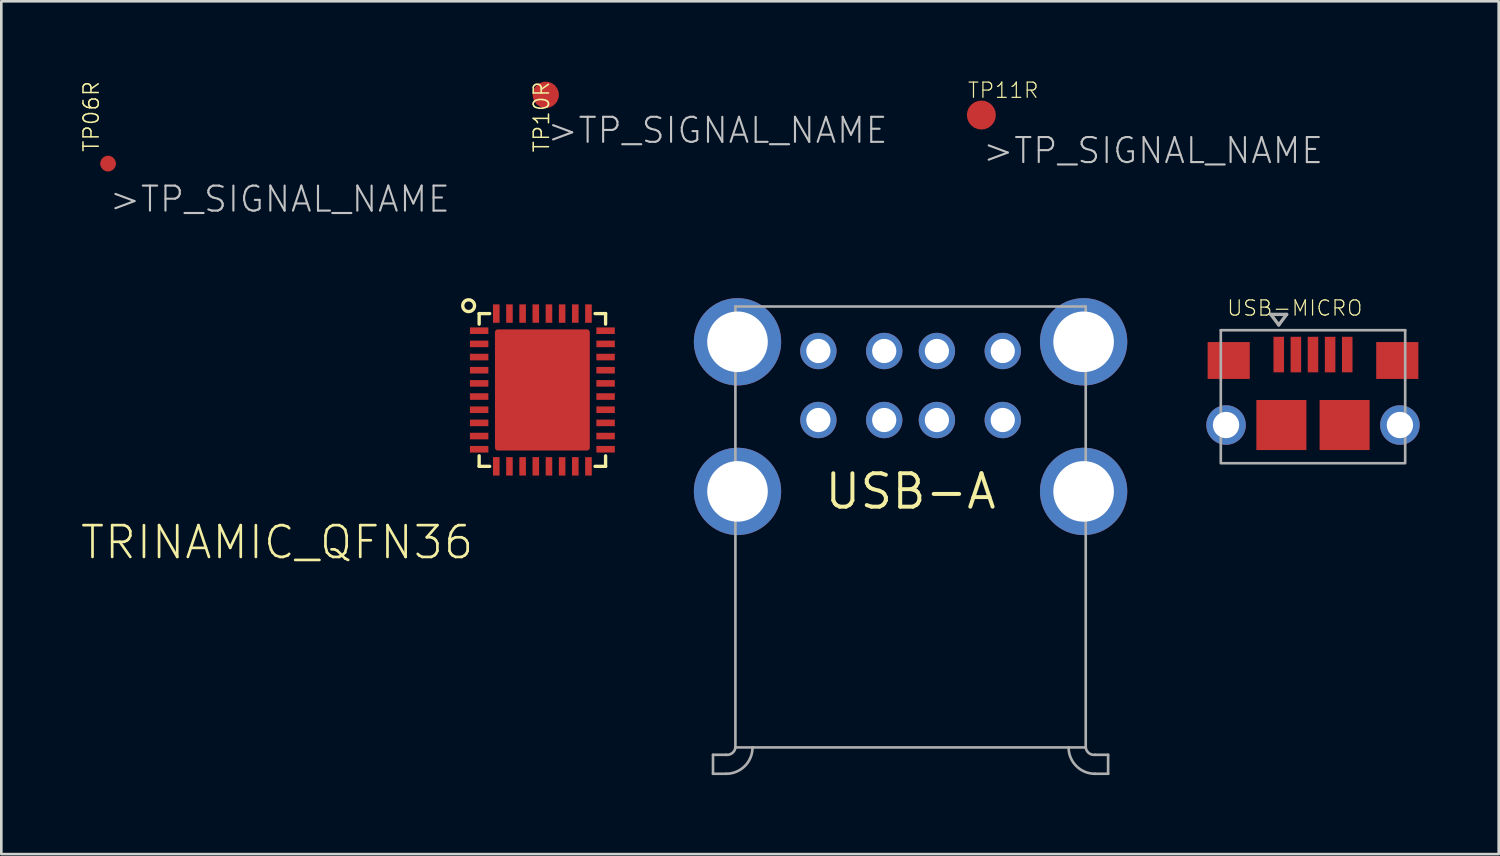
<source format=kicad_pcb>
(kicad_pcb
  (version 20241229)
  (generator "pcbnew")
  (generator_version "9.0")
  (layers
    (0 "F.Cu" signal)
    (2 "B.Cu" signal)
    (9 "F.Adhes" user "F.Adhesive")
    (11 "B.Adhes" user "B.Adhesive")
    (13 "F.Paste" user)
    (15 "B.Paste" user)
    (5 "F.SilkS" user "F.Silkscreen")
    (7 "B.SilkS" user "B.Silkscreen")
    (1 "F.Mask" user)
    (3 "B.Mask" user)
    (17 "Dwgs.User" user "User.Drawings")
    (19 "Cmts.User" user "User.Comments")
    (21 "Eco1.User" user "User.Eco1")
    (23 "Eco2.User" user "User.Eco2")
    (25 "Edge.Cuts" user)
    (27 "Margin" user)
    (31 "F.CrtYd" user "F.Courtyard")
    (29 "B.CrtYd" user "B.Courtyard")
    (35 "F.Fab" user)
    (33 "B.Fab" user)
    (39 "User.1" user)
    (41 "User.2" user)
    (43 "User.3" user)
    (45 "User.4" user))
  (footprint "TP10R"
    (layer "F.Cu")
    (at 17.669 0.55)
    (property "Reference" "TP10R" (at -0.5 -0.55 90) (layer "F.SilkS") (effects (font (size 0.579 0.579) (thickness 0.058)) (justify right top)))
    (attr through_hole)
    (fp_text user ">TP_SIGNAL_NAME" (at 0 1.905 0) (layer "Dwgs.User") (effects (font (size 0.95 0.95) (thickness 0.08)) (justify left bottom)))
    (pad "TP" smd roundrect (at 0 0) (size 1 1) (layers "F.Cu" "F.Mask") (roundrect_rratio 0.5)))
  (footprint "TP06R"
    (layer "F.Cu")
    (at 1.053 3.161)
    (property "Reference" "TP06R" (at -0.3 -0.4 90) (layer "F.SilkS") (effects (font (size 0.579 0.579) (thickness 0.058)) (justify left bottom)))
    (attr through_hole)
    (fp_text user ">TP_SIGNAL_NAME" (at 0 1.905 0) (layer "Dwgs.User") (effects (font (size 0.95 0.95) (thickness 0.08)) (justify left bottom)))
    (pad "TP" smd roundrect (at 0 0) (size 0.6 0.6) (layers "F.Cu" "F.Mask") (roundrect_rratio 0.5)))
  (footprint "TP11R"
    (layer "F.Cu")
    (at 34.207 1.318)
    (property "Reference" "TP11R" (at -0.55 -0.6 0) (layer "F.SilkS") (effects (font (size 0.579 0.579) (thickness 0.046)) (justify left bottom)))
    (attr through_hole)
    (fp_text user ">TP_SIGNAL_NAME" (at 0 1.905 0) (layer "Dwgs.User") (effects (font (size 0.95 0.95) (thickness 0.08)) (justify left bottom)))
    (pad "TP" smd roundrect (at 0 0) (size 1.1 1.1) (layers "F.Cu" "F.Mask") (roundrect_rratio 0.5)))
  (footprint "TRINAMIC_QFN36"
    (layer "F.Cu")
    (at 17.541 11.755)
    (property "Reference" "TRINAMIC_QFN36" (at -2.54 5.08 0) (layer "F.SilkS") (effects (font (size 1.206 1.206) (thickness 0.102)) (justify right top)))
    (attr through_hole)
    (fp_line (start -2.4 -2.9) (end -2 -2.9) (stroke (width 0.127) (type solid)) (layer "F.SilkS"))
    (fp_line (start -2.4 -2.5) (end -2.4 -2.9) (stroke (width 0.127) (type solid)) (layer "F.SilkS"))
    (fp_line (start -2.4 2.9) (end -2.4 2.5) (stroke (width 0.127) (type solid)) (layer "F.SilkS"))
    (fp_line (start -2 2.9) (end -2.4 2.9) (stroke (width 0.127) (type solid)) (layer "F.SilkS"))
    (fp_line (start 2 -2.9) (end 2.4 -2.9) (stroke (width 0.127) (type solid)) (layer "F.SilkS"))
    (fp_line (start 2.4 -2.9) (end 2.4 -2.5) (stroke (width 0.127) (type solid)) (layer "F.SilkS"))
    (fp_line (start 2.4 2.5) (end 2.4 2.9) (stroke (width 0.127) (type solid)) (layer "F.SilkS"))
    (fp_line (start 2.4 2.9) (end 2 2.9) (stroke (width 0.127) (type solid)) (layer "F.SilkS"))
    (fp_circle (center -2.8 -3.2) (end -2.576 -3.2) (stroke (width 0.127) (type solid)) (fill no) (layer "F.SilkS"))
    (pad "1" smd rect (at -2.4 -2.25 180) (size 0.7 0.25) (layers "F.Cu" "F.Mask" "F.Paste"))
    (pad "2" smd rect (at -2.4 -1.75 180) (size 0.7 0.25) (layers "F.Cu" "F.Mask" "F.Paste"))
    (pad "3" smd rect (at -2.4 -1.25 180) (size 0.7 0.25) (layers "F.Cu" "F.Mask" "F.Paste"))
    (pad "4" smd rect (at -2.4 -0.75 180) (size 0.7 0.25) (layers "F.Cu" "F.Mask" "F.Paste"))
    (pad "5" smd rect (at -2.4 -0.25 180) (size 0.7 0.25) (layers "F.Cu" "F.Mask" "F.Paste"))
    (pad "6" smd rect (at -2.4 0.25 180) (size 0.7 0.25) (layers "F.Cu" "F.Mask" "F.Paste"))
    (pad "7" smd rect (at -2.4 0.75 180) (size 0.7 0.25) (layers "F.Cu" "F.Mask" "F.Paste"))
    (pad "8" smd rect (at -2.4 1.25 180) (size 0.7 0.25) (layers "F.Cu" "F.Mask" "F.Paste"))
    (pad "9" smd rect (at -2.4 1.75 180) (size 0.7 0.25) (layers "F.Cu" "F.Mask" "F.Paste"))
    (pad "10" smd rect (at -2.4 2.25 180) (size 0.7 0.25) (layers "F.Cu" "F.Mask" "F.Paste"))
    (pad "11" smd rect (at -1.75 2.9 270) (size 0.7 0.25) (layers "F.Cu" "F.Mask" "F.Paste"))
    (pad "12" smd rect (at -1.25 2.9 270) (size 0.7 0.25) (layers "F.Cu" "F.Mask" "F.Paste"))
    (pad "13" smd rect (at -0.75 2.9 270) (size 0.7 0.25) (layers "F.Cu" "F.Mask" "F.Paste"))
    (pad "14" smd rect (at -0.25 2.9 270) (size 0.7 0.25) (layers "F.Cu" "F.Mask" "F.Paste"))
    (pad "15" smd rect (at 0.25 2.9 270) (size 0.7 0.25) (layers "F.Cu" "F.Mask" "F.Paste"))
    (pad "16" smd rect (at 0.75 2.9 270) (size 0.7 0.25) (layers "F.Cu" "F.Mask" "F.Paste"))
    (pad "17" smd rect (at 1.25 2.9 270) (size 0.7 0.25) (layers "F.Cu" "F.Mask" "F.Paste"))
    (pad "18" smd rect (at 1.75 2.9 270) (size 0.7 0.25) (layers "F.Cu" "F.Mask" "F.Paste"))
    (pad "19" smd rect (at 2.4 2.25) (size 0.7 0.25) (layers "F.Cu" "F.Mask" "F.Paste"))
    (pad "20" smd rect (at 2.4 1.75) (size 0.7 0.25) (layers "F.Cu" "F.Mask" "F.Paste"))
    (pad "21" smd rect (at 2.4 1.25) (size 0.7 0.25) (layers "F.Cu" "F.Mask" "F.Paste"))
    (pad "22" smd rect (at 2.4 0.75) (size 0.7 0.25) (layers "F.Cu" "F.Mask" "F.Paste"))
    (pad "23" smd rect (at 2.4 0.25) (size 0.7 0.25) (layers "F.Cu" "F.Mask" "F.Paste"))
    (pad "24" smd rect (at 2.4 -0.25) (size 0.7 0.25) (layers "F.Cu" "F.Mask" "F.Paste"))
    (pad "25" smd rect (at 2.4 -0.75) (size 0.7 0.25) (layers "F.Cu" "F.Mask" "F.Paste"))
    (pad "26" smd rect (at 2.4 -1.25) (size 0.7 0.25) (layers "F.Cu" "F.Mask" "F.Paste"))
    (pad "27" smd rect (at 2.4 -1.75) (size 0.7 0.25) (layers "F.Cu" "F.Mask" "F.Paste"))
    (pad "28" smd rect (at 2.4 -2.25) (size 0.7 0.25) (layers "F.Cu" "F.Mask" "F.Paste"))
    (pad "29" smd rect (at 1.75 -2.9 90) (size 0.7 0.25) (layers "F.Cu" "F.Mask" "F.Paste"))
    (pad "30" smd rect (at 1.25 -2.9 90) (size 0.7 0.25) (layers "F.Cu" "F.Mask" "F.Paste"))
    (pad "31" smd rect (at 0.75 -2.9 90) (size 0.7 0.25) (layers "F.Cu" "F.Mask" "F.Paste"))
    (pad "32" smd rect (at 0.25 -2.9 90) (size 0.7 0.25) (layers "F.Cu" "F.Mask" "F.Paste"))
    (pad "33" smd rect (at -0.25 -2.9 90) (size 0.7 0.25) (layers "F.Cu" "F.Mask" "F.Paste"))
    (pad "34" smd rect (at -0.75 -2.9 90) (size 0.7 0.25) (layers "F.Cu" "F.Mask" "F.Paste"))
    (pad "35" smd rect (at -1.25 -2.9 90) (size 0.7 0.25) (layers "F.Cu" "F.Mask" "F.Paste"))
    (pad "36" smd rect (at -1.75 -2.9 90) (size 0.7 0.25) (layers "F.Cu" "F.Mask" "F.Paste"))
    (pad "GND_PAD" smd roundrect (at 0 0) (size 3.6 4.6) (layers "F.Cu" "F.Mask" "F.Paste") (roundrect_rratio 0.03)))
  (footprint "USB-A"
    (layer "F.Cu")
    (at 31.519 15.606)
    (property "Reference" "USB-A" (at 0 0 0) (layer "F.SilkS") (effects (font (size 1.27 1.27) (thickness 0.15))))
    (attr through_hole)
    (fp_line (start -7.5 10) (end -7.5 10.72) (stroke (width 0.1) (type solid)) (layer "F.Fab"))
    (fp_line (start -7.5 10.72) (end -7 10.72) (stroke (width 0.1) (type solid)) (layer "F.Fab"))
    (fp_line (start -7 10) (end -7.5 10) (stroke (width 0.1) (type solid)) (layer "F.Fab"))
    (fp_line (start -6.65 -7.02) (end 6.65 -7.02) (stroke (width 0.1) (type solid)) (layer "F.Fab"))
    (fp_line (start -6.65 9.72) (end -6.65 -7.02) (stroke (width 0.1) (type solid)) (layer "F.Fab"))
    (fp_line (start -6.65 9.72) (end -6 9.72) (stroke (width 0.1) (type solid)) (layer "F.Fab"))
    (fp_line (start -6 9.72) (end 6 9.72) (stroke (width 0.1) (type solid)) (layer "F.Fab"))
    (fp_line (start 6 9.72) (end 6.65 9.72) (stroke (width 0.1) (type solid)) (layer "F.Fab"))
    (fp_line (start 6.65 -7.02) (end 6.65 9.72) (stroke (width 0.1) (type solid)) (layer "F.Fab"))
    (fp_line (start 7 10) (end 7.5 10) (stroke (width 0.1) (type solid)) (layer "F.Fab"))
    (fp_line (start 7.5 10) (end 7.5 10.72) (stroke (width 0.1) (type solid)) (layer "F.Fab"))
    (fp_line (start 7.5 10.72) (end 7 10.72) (stroke (width 0.1) (type solid)) (layer "F.Fab"))
    (fp_arc (start -6.65 9.72) (mid -6.76701 9.932487) (end -7 10) (stroke (width 0.1) (type solid)) (layer "F.Fab"))
    (fp_arc (start -6 9.72) (mid -6.292893 10.427107) (end -7 10.72) (stroke (width 0.1) (type solid)) (layer "F.Fab"))
    (fp_arc (start 7 10) (mid 6.76701 9.932487) (end 6.65 9.72) (stroke (width 0.1) (type solid)) (layer "F.Fab"))
    (fp_arc (start 7 10.72) (mid 6.292893 10.427107) (end 6 9.72) (stroke (width 0.1) (type solid)) (layer "F.Fab"))
    (pad "1" thru_hole circle (at -3.5 -5.33) (size 1.38 1.38) (drill 0.92) (layers "*.Cu" "*.Mask"))
    (pad "2" thru_hole circle (at -1 -5.33) (size 1.38 1.38) (drill 0.92) (layers "*.Cu" "*.Mask"))
    (pad "3" thru_hole circle (at 1 -5.33) (size 1.38 1.38) (drill 0.92) (layers "*.Cu" "*.Mask"))
    (pad "4" thru_hole circle (at 3.5 -5.33) (size 1.38 1.38) (drill 0.92) (layers "*.Cu" "*.Mask"))
    (pad "5" thru_hole circle (at -3.5 -2.71) (size 1.38 1.38) (drill 0.92) (layers "*.Cu" "*.Mask"))
    (pad "6" thru_hole circle (at -1 -2.71) (size 1.38 1.38) (drill 0.92) (layers "*.Cu" "*.Mask"))
    (pad "7" thru_hole circle (at 1 -2.71) (size 1.38 1.38) (drill 0.92) (layers "*.Cu" "*.Mask"))
    (pad "8" thru_hole circle (at 3.5 -2.71) (size 1.38 1.38) (drill 0.92) (layers "*.Cu" "*.Mask"))
    (pad "A9" thru_hole circle (at -6.57 0) (size 3.316 3.316) (drill 2.3) (layers "*.Cu" "*.Mask"))
    (pad "A10" thru_hole circle (at 6.57 0) (size 3.316 3.316) (drill 2.3) (layers "*.Cu" "*.Mask"))
    (pad "A11" thru_hole circle (at -6.57 -5.68) (size 3.316 3.316) (drill 2.3) (layers "*.Cu" "*.Mask"))
    (pad "A12" thru_hole circle (at 6.57 -5.68) (size 3.316 3.316) (drill 2.3) (layers "*.Cu" "*.Mask")))
  (footprint "USB-MICRO"
    (layer "F.Cu")
    (at 46.797 13.086)
    (property "Reference" "USB-MICRO" (at -3.3 -4.1 0) (layer "F.SilkS") (effects (font (size 0.579 0.579) (thickness 0.046)) (justify left bottom)))
    (attr through_hole)
    (fp_line (start -3.5 -3.6) (end 3.5 -3.6) (stroke (width 0.1) (type solid)) (layer "F.Fab"))
    (fp_line (start -3.5 1.4) (end -3.5 -3.6) (stroke (width 0.1) (type solid)) (layer "F.Fab"))
    (fp_line (start -3.5 1.45) (end 3.5 1.45) (stroke (width 0.1) (type solid)) (layer "F.Fab"))
    (fp_line (start -1.6 -4.2) (end -1 -4.2) (stroke (width 0.127) (type solid)) (layer "F.Fab"))
    (fp_line (start -1.3 -3.8) (end -1.6 -4.2) (stroke (width 0.127) (type solid)) (layer "F.Fab"))
    (fp_line (start -1 -4.2) (end -1.3 -3.8) (stroke (width 0.127) (type solid)) (layer "F.Fab"))
    (fp_line (start 3.5 -3.6) (end 3.5 1.4) (stroke (width 0.1) (type solid)) (layer "F.Fab"))
    (pad "P$1" smd rect (at -1.3 -2.675) (size 0.4 1.35) (layers "F.Cu" "F.Mask" "F.Paste"))
    (pad "P$2" smd rect (at -0.65 -2.675) (size 0.4 1.35) (layers "F.Cu" "F.Mask" "F.Paste"))
    (pad "P$3" smd rect (at 0 -2.675) (size 0.4 1.35) (layers "F.Cu" "F.Mask" "F.Paste"))
    (pad "P$4" smd rect (at 0.65 -2.675) (size 0.4 1.35) (layers "F.Cu" "F.Mask" "F.Paste"))
    (pad "P$5" smd rect (at 1.3 -2.675) (size 0.4 1.35) (layers "F.Cu" "F.Mask" "F.Paste"))
    (pad "P$6" smd rect (at -3.2 -2.45) (size 1.6 1.4) (layers "F.Cu" "F.Mask" "F.Paste"))
    (pad "P$7" smd rect (at 3.2 -2.45) (size 1.6 1.4) (layers "F.Cu" "F.Mask" "F.Paste"))
    (pad "P$8" smd rect (at -1.2 0) (size 1.9 1.9) (layers "F.Cu" "F.Mask" "F.Paste"))
    (pad "P$9" smd rect (at 1.2 0) (size 1.9 1.9) (layers "F.Cu" "F.Mask" "F.Paste"))
    (pad "P$10" thru_hole circle (at -3.3 0) (size 1.5 1.5) (drill 1) (layers "*.Cu" "*.Mask"))
    (pad "P$11" thru_hole circle (at 3.3 0) (size 1.5 1.5) (drill 1) (layers "*.Cu" "*.Mask")))
  (gr_rect
    (start -3 -3)
    (end 53.847 29.376)
    (stroke (width 0.1) (type default))
    (fill no)
    (layer "Edge.Cuts")))
</source>
